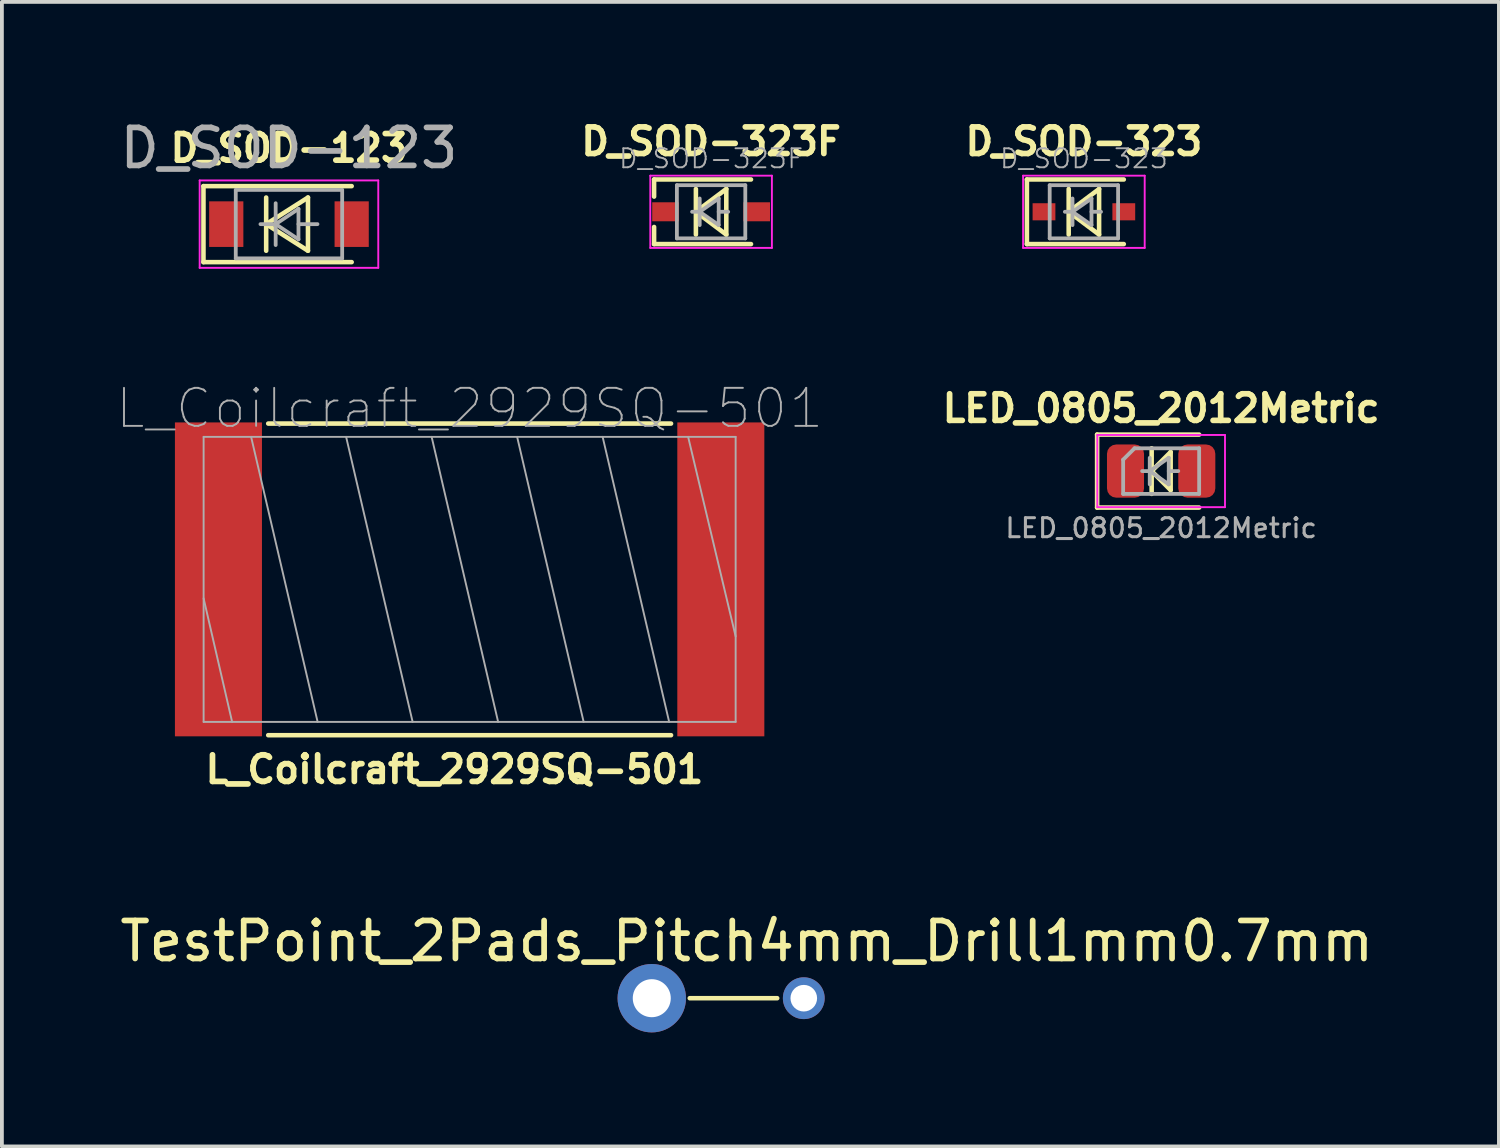
<source format=kicad_pcb>
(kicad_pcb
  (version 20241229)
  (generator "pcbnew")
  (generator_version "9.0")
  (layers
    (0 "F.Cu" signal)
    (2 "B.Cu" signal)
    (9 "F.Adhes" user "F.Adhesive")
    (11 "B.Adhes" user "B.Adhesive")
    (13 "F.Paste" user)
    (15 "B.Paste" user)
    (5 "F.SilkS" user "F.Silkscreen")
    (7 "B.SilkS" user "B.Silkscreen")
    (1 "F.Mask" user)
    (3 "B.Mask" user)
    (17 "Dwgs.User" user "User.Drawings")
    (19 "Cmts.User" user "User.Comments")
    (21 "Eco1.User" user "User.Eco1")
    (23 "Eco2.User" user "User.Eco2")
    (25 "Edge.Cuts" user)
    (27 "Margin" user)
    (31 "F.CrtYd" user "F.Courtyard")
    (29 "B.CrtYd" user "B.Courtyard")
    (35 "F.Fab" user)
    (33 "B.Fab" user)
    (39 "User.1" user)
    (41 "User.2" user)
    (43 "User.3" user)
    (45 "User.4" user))
  (footprint "D_SOD-123"
    (layer "F.Cu")
    (at 4.554 2.848)
    (property "Reference" "D_SOD-123" (at 0 -2 0) (layer "F.SilkS") (effects (font (size 0.7 0.7) (thickness 0.15))))
    (attr smd)
    (fp_line (start -2.25 -1) (end -2.25 1) (stroke (width 0.12) (type solid)) (layer "F.SilkS"))
    (fp_line (start -2.25 -1) (end 1.65 -1) (stroke (width 0.12) (type solid)) (layer "F.SilkS"))
    (fp_line (start -2.25 1) (end 1.65 1) (stroke (width 0.12) (type solid)) (layer "F.SilkS"))
    (fp_line (start -0.6 -0.7) (end -0.6 0.7) (stroke (width 0.12) (type solid)) (layer "F.SilkS"))
    (fp_line (start -0.6 0) (end 0.5 -0.7) (stroke (width 0.12) (type solid)) (layer "F.SilkS"))
    (fp_line (start 0.5 -0.7) (end 0.5 0.7) (stroke (width 0.12) (type solid)) (layer "F.SilkS"))
    (fp_line (start 0.5 0.7) (end -0.6 0) (stroke (width 0.12) (type solid)) (layer "F.SilkS"))
    (fp_line (start -2.35 -1.15) (end -2.35 1.15) (stroke (width 0.05) (type solid)) (layer "F.CrtYd"))
    (fp_line (start -2.35 -1.15) (end 2.35 -1.15) (stroke (width 0.05) (type solid)) (layer "F.CrtYd"))
    (fp_line (start 2.35 -1.15) (end 2.35 1.15) (stroke (width 0.05) (type solid)) (layer "F.CrtYd"))
    (fp_line (start 2.35 1.15) (end -2.35 1.15) (stroke (width 0.05) (type solid)) (layer "F.CrtYd"))
    (fp_line (start -1.4 -0.9) (end 1.4 -0.9) (stroke (width 0.1) (type solid)) (layer "F.Fab"))
    (fp_line (start -1.4 0.9) (end -1.4 -0.9) (stroke (width 0.1) (type solid)) (layer "F.Fab"))
    (fp_line (start -0.75 0) (end -0.35 0) (stroke (width 0.1) (type solid)) (layer "F.Fab"))
    (fp_line (start -0.35 0) (end -0.35 -0.55) (stroke (width 0.1) (type solid)) (layer "F.Fab"))
    (fp_line (start -0.35 0) (end -0.35 0.55) (stroke (width 0.1) (type solid)) (layer "F.Fab"))
    (fp_line (start -0.35 0) (end 0.25 -0.4) (stroke (width 0.1) (type solid)) (layer "F.Fab"))
    (fp_line (start 0.25 -0.4) (end 0.25 0.4) (stroke (width 0.1) (type solid)) (layer "F.Fab"))
    (fp_line (start 0.25 0) (end 0.75 0) (stroke (width 0.1) (type solid)) (layer "F.Fab"))
    (fp_line (start 0.25 0.4) (end -0.35 0) (stroke (width 0.1) (type solid)) (layer "F.Fab"))
    (fp_line (start 1.4 -0.9) (end 1.4 0.9) (stroke (width 0.1) (type solid)) (layer "F.Fab"))
    (fp_line (start 1.4 0.9) (end -1.4 0.9) (stroke (width 0.1) (type solid)) (layer "F.Fab"))
    (fp_text user "${REFERENCE}" (at 0 -2 0) (layer "F.Fab") (effects (font (size 1 1) (thickness 0.15))))
    (pad "1" smd rect (at -1.65 0) (size 0.9 1.2) (layers "F.Cu" "F.Mask" "F.Paste"))
    (pad "2" smd rect (at 1.65 0) (size 0.9 1.2) (layers "F.Cu" "F.Mask" "F.Paste")))
  (footprint "D_SOD-323F"
    (layer "F.Cu")
    (at 15.662 2.523)
    (property "Reference" "D_SOD-323F" (at 0 -1.85 0) (layer "F.SilkS") (effects (font (size 0.7 0.7) (thickness 0.15))))
    (attr smd)
    (fp_line (start -1.5 -0.85) (end -1.5 -0.4) (stroke (width 0.12) (type solid)) (layer "F.SilkS"))
    (fp_line (start -1.5 -0.85) (end 1.05 -0.85) (stroke (width 0.12) (type solid)) (layer "F.SilkS"))
    (fp_line (start -1.5 0.4) (end -1.5 0.85) (stroke (width 0.12) (type solid)) (layer "F.SilkS"))
    (fp_line (start -1.5 0.85) (end 1.05 0.85) (stroke (width 0.12) (type solid)) (layer "F.SilkS"))
    (fp_line (start -0.4 -0.6) (end -0.4 0.6) (stroke (width 0.12) (type solid)) (layer "F.SilkS"))
    (fp_line (start -0.4 0) (end 0.4 -0.6) (stroke (width 0.12) (type solid)) (layer "F.SilkS"))
    (fp_line (start 0.4 -0.6) (end 0.4 0.6) (stroke (width 0.12) (type solid)) (layer "F.SilkS"))
    (fp_line (start 0.4 0.6) (end -0.4 0) (stroke (width 0.12) (type solid)) (layer "F.SilkS"))
    (fp_line (start -1.6 -0.95) (end -1.6 0.95) (stroke (width 0.05) (type solid)) (layer "F.CrtYd"))
    (fp_line (start -1.6 -0.95) (end 1.6 -0.95) (stroke (width 0.05) (type solid)) (layer "F.CrtYd"))
    (fp_line (start -1.6 0.95) (end 1.6 0.95) (stroke (width 0.05) (type solid)) (layer "F.CrtYd"))
    (fp_line (start 1.6 -0.95) (end 1.6 0.95) (stroke (width 0.05) (type solid)) (layer "F.CrtYd"))
    (fp_line (start -0.9 -0.7) (end 0.9 -0.7) (stroke (width 0.1) (type solid)) (layer "F.Fab"))
    (fp_line (start -0.9 0.7) (end -0.9 -0.7) (stroke (width 0.1) (type solid)) (layer "F.Fab"))
    (fp_line (start -0.3 -0.35) (end -0.3 0.35) (stroke (width 0.1) (type solid)) (layer "F.Fab"))
    (fp_line (start -0.3 0) (end -0.5 0) (stroke (width 0.1) (type solid)) (layer "F.Fab"))
    (fp_line (start -0.3 0) (end 0.2 -0.35) (stroke (width 0.1) (type solid)) (layer "F.Fab"))
    (fp_line (start 0.2 -0.35) (end 0.2 0.35) (stroke (width 0.1) (type solid)) (layer "F.Fab"))
    (fp_line (start 0.2 0) (end 0.45 0) (stroke (width 0.1) (type solid)) (layer "F.Fab"))
    (fp_line (start 0.2 0.35) (end -0.3 0) (stroke (width 0.1) (type solid)) (layer "F.Fab"))
    (fp_line (start 0.9 -0.7) (end 0.9 0.7) (stroke (width 0.1) (type solid)) (layer "F.Fab"))
    (fp_line (start 0.9 0.7) (end -0.9 0.7) (stroke (width 0.1) (type solid)) (layer "F.Fab"))
    (fp_text user "${REFERENCE}" (at 0 -1.4 0) (layer "F.Fab") (effects (font (size 0.5 0.5) (thickness 0.05))))
    (pad "1" smd rect (at -1.2 0) (size 0.7 0.5) (layers "F.Cu" "F.Mask" "F.Paste"))
    (pad "2" smd rect (at 1.2 0) (size 0.7 0.5) (layers "F.Cu" "F.Mask" "F.Paste")))
  (footprint "D_SOD-323"
    (layer "F.Cu")
    (at 25.472 2.523)
    (property "Reference" "D_SOD-323" (at 0 -1.85 0) (layer "F.SilkS") (effects (font (size 0.7 0.7) (thickness 0.15))))
    (attr smd)
    (fp_line (start -1.5 -0.85) (end -1.5 0.85) (stroke (width 0.12) (type solid)) (layer "F.SilkS"))
    (fp_line (start -1.5 -0.85) (end 1.05 -0.85) (stroke (width 0.12) (type solid)) (layer "F.SilkS"))
    (fp_line (start -1.5 0.85) (end 1.05 0.85) (stroke (width 0.12) (type solid)) (layer "F.SilkS"))
    (fp_line (start -0.4 -0.6) (end -0.4 0.6) (stroke (width 0.12) (type solid)) (layer "F.SilkS"))
    (fp_line (start -0.4 0) (end 0.4 -0.6) (stroke (width 0.12) (type solid)) (layer "F.SilkS"))
    (fp_line (start 0.4 -0.6) (end 0.4 0.6) (stroke (width 0.12) (type solid)) (layer "F.SilkS"))
    (fp_line (start 0.4 0.6) (end -0.4 0) (stroke (width 0.12) (type solid)) (layer "F.SilkS"))
    (fp_line (start -1.6 -0.95) (end -1.6 0.95) (stroke (width 0.05) (type solid)) (layer "F.CrtYd"))
    (fp_line (start -1.6 -0.95) (end 1.6 -0.95) (stroke (width 0.05) (type solid)) (layer "F.CrtYd"))
    (fp_line (start -1.6 0.95) (end 1.6 0.95) (stroke (width 0.05) (type solid)) (layer "F.CrtYd"))
    (fp_line (start 1.6 -0.95) (end 1.6 0.95) (stroke (width 0.05) (type solid)) (layer "F.CrtYd"))
    (fp_line (start -0.9 -0.7) (end 0.9 -0.7) (stroke (width 0.1) (type solid)) (layer "F.Fab"))
    (fp_line (start -0.9 0.7) (end -0.9 -0.7) (stroke (width 0.1) (type solid)) (layer "F.Fab"))
    (fp_line (start -0.3 -0.35) (end -0.3 0.35) (stroke (width 0.1) (type solid)) (layer "F.Fab"))
    (fp_line (start -0.3 0) (end -0.5 0) (stroke (width 0.1) (type solid)) (layer "F.Fab"))
    (fp_line (start -0.3 0) (end 0.2 -0.35) (stroke (width 0.1) (type solid)) (layer "F.Fab"))
    (fp_line (start 0.2 -0.35) (end 0.2 0.35) (stroke (width 0.1) (type solid)) (layer "F.Fab"))
    (fp_line (start 0.2 0) (end 0.45 0) (stroke (width 0.1) (type solid)) (layer "F.Fab"))
    (fp_line (start 0.2 0.35) (end -0.3 0) (stroke (width 0.1) (type solid)) (layer "F.Fab"))
    (fp_line (start 0.9 -0.7) (end 0.9 0.7) (stroke (width 0.1) (type solid)) (layer "F.Fab"))
    (fp_line (start 0.9 0.7) (end -0.9 0.7) (stroke (width 0.1) (type solid)) (layer "F.Fab"))
    (fp_text user "${REFERENCE}" (at 0 -1.4 0) (layer "F.Fab") (effects (font (size 0.5 0.5) (thickness 0.05))))
    (pad "1" smd rect (at -1.05 0) (size 0.6 0.45) (layers "F.Cu" "F.Mask" "F.Paste"))
    (pad "2" smd rect (at 1.05 0) (size 0.6 0.45) (layers "F.Cu" "F.Mask" "F.Paste")))
  (footprint "L_Coilcraft_2929SQ-501"
    (layer "F.Cu")
    (at 9.308 12.196)
    (property "Reference" "L_Coilcraft_2929SQ-501" (at -0.4 5 0) (layer "F.SilkS") (effects (font (size 0.7 0.7) (thickness 0.15))))
    (attr smd)
    (fp_line (start -5.3 -4.1) (end 5.3 -4.1) (stroke (width 0.12) (type solid)) (layer "F.SilkS"))
    (fp_line (start -5.3 4.1) (end 5.3 4.1) (stroke (width 0.12) (type solid)) (layer "F.SilkS"))
    (fp_line (start -7 -3.75) (end 7 -3.75) (stroke (width 0.05) (type solid)) (layer "F.Fab"))
    (fp_line (start -7 0.5) (end -6.25 3.75) (stroke (width 0.05) (type solid)) (layer "F.Fab"))
    (fp_line (start -7 3.75) (end -7 -3.75) (stroke (width 0.05) (type solid)) (layer "F.Fab"))
    (fp_line (start -5.75 -3.75) (end -4 3.75) (stroke (width 0.05) (type solid)) (layer "F.Fab"))
    (fp_line (start -3.25 -3.75) (end -1.5 3.75) (stroke (width 0.05) (type solid)) (layer "F.Fab"))
    (fp_line (start -1 -3.75) (end 0.75 3.75) (stroke (width 0.05) (type solid)) (layer "F.Fab"))
    (fp_line (start 1.25 -3.75) (end 3 3.75) (stroke (width 0.05) (type solid)) (layer "F.Fab"))
    (fp_line (start 3.5 -3.75) (end 5.25 3.75) (stroke (width 0.05) (type solid)) (layer "F.Fab"))
    (fp_line (start 5.75 -3.75) (end 7 1.5) (stroke (width 0.05) (type solid)) (layer "F.Fab"))
    (fp_line (start 7 -3.75) (end 7 3.75) (stroke (width 0.05) (type solid)) (layer "F.Fab"))
    (fp_line (start 7 3.75) (end -7 3.75) (stroke (width 0.05) (type solid)) (layer "F.Fab"))
    (fp_text user "${REFERENCE}" (at 0 -4.5 0) (layer "F.Fab") (effects (font (size 1 1) (thickness 0.05))))
    (pad "1" smd rect (at -6.61 0) (size 2.29 8.26) (layers "F.Cu" "F.Mask" "F.Paste"))
    (pad "2" smd rect (at 6.61 0) (size 2.29 8.26) (layers "F.Cu" "F.Mask" "F.Paste")))
  (footprint "LED_0805_2012Metric"
    (layer "F.Cu")
    (at 27.505 9.346)
    (property "Reference" "LED_0805_2012Metric" (at 0 -1.65 0) (layer "F.SilkS") (effects (font (size 0.7 0.7) (thickness 0.15))))
    (attr smd)
    (fp_line (start -1.685 -0.96) (end -1.685 0.96) (stroke (width 0.12) (type solid)) (layer "F.SilkS"))
    (fp_line (start -1.685 0.96) (end 1 0.96) (stroke (width 0.12) (type solid)) (layer "F.SilkS"))
    (fp_line (start -0.25 -0.6) (end -0.25 0.6) (stroke (width 0.12) (type solid)) (layer "F.SilkS"))
    (fp_line (start -0.25 0) (end 0.25 -0.5) (stroke (width 0.12) (type solid)) (layer "F.SilkS"))
    (fp_line (start 0.25 -0.5) (end 0.25 0.5) (stroke (width 0.12) (type solid)) (layer "F.SilkS"))
    (fp_line (start 0.25 0.5) (end -0.25 0) (stroke (width 0.12) (type solid)) (layer "F.SilkS"))
    (fp_line (start 1 -0.96) (end -1.685 -0.96) (stroke (width 0.12) (type solid)) (layer "F.SilkS"))
    (fp_line (start -1.68 -0.95) (end 1.68 -0.95) (stroke (width 0.05) (type solid)) (layer "F.CrtYd"))
    (fp_line (start -1.68 0.95) (end -1.68 -0.95) (stroke (width 0.05) (type solid)) (layer "F.CrtYd"))
    (fp_line (start 1.68 -0.95) (end 1.68 0.95) (stroke (width 0.05) (type solid)) (layer "F.CrtYd"))
    (fp_line (start 1.68 0.95) (end -1.68 0.95) (stroke (width 0.05) (type solid)) (layer "F.CrtYd"))
    (fp_line (start -1 -0.3) (end -1 0.6) (stroke (width 0.1) (type solid)) (layer "F.Fab"))
    (fp_line (start -1 0.6) (end 1 0.6) (stroke (width 0.1) (type solid)) (layer "F.Fab"))
    (fp_line (start -0.7 -0.6) (end -1 -0.3) (stroke (width 0.1) (type solid)) (layer "F.Fab"))
    (fp_line (start -0.3 -0.35) (end -0.3 0.35) (stroke (width 0.1) (type solid)) (layer "F.Fab"))
    (fp_line (start -0.3 0) (end -0.5 0) (stroke (width 0.1) (type solid)) (layer "F.Fab"))
    (fp_line (start -0.3 0) (end 0.2 -0.35) (stroke (width 0.1) (type solid)) (layer "F.Fab"))
    (fp_line (start 0.2 -0.35) (end 0.2 0.35) (stroke (width 0.1) (type solid)) (layer "F.Fab"))
    (fp_line (start 0.2 0) (end 0.45 0) (stroke (width 0.1) (type solid)) (layer "F.Fab"))
    (fp_line (start 0.2 0.35) (end -0.3 0) (stroke (width 0.1) (type solid)) (layer "F.Fab"))
    (fp_line (start 1 -0.6) (end -0.7 -0.6) (stroke (width 0.1) (type solid)) (layer "F.Fab"))
    (fp_line (start 1 0.6) (end 1 -0.6) (stroke (width 0.1) (type solid)) (layer "F.Fab"))
    (fp_text user "${REFERENCE}" (at 0 1.5 0) (layer "F.Fab") (effects (font (size 0.5 0.5) (thickness 0.08))))
    (pad "1" smd roundrect (at -0.938 0) (size 0.975 1.4) (layers "F.Cu" "F.Mask" "F.Paste") (roundrect_rratio 0.25))
    (pad "2" smd roundrect (at 0.938 0) (size 0.975 1.4) (layers "F.Cu" "F.Mask" "F.Paste") (roundrect_rratio 0.25)))
  (footprint "TestPoint_2Pads_Pitch4mm_Drill1mm0.7mm"
    (layer "F.Cu")
    (at 16.101 23.217)
    (property "Reference" "TestPoint_2Pads_Pitch4mm_Drill1mm0.7mm" (at 0.5 -1.5 0) (layer "F.SilkS") (effects (font (size 1 1) (thickness 0.15))))
    (attr exclude_from_pos_files exclude_from_bom)
    (fp_line (start -1 0) (end 1.3 0) (stroke (width 0.12) (type solid)) (layer "F.SilkS"))
    (pad "1" thru_hole circle (at -2 0) (size 1.8 1.8) (drill 1) (layers "*.Cu" "*.Mask"))
    (pad "2" thru_hole circle (at 2 0) (size 1.1 1.1) (drill 0.7) (layers "*.Cu" "*.Mask")))
  (gr_rect
    (start -3 -3)
    (end 36.393 27.117)
    (stroke (width 0.1) (type default))
    (fill no)
    (layer "Edge.Cuts")))
</source>
